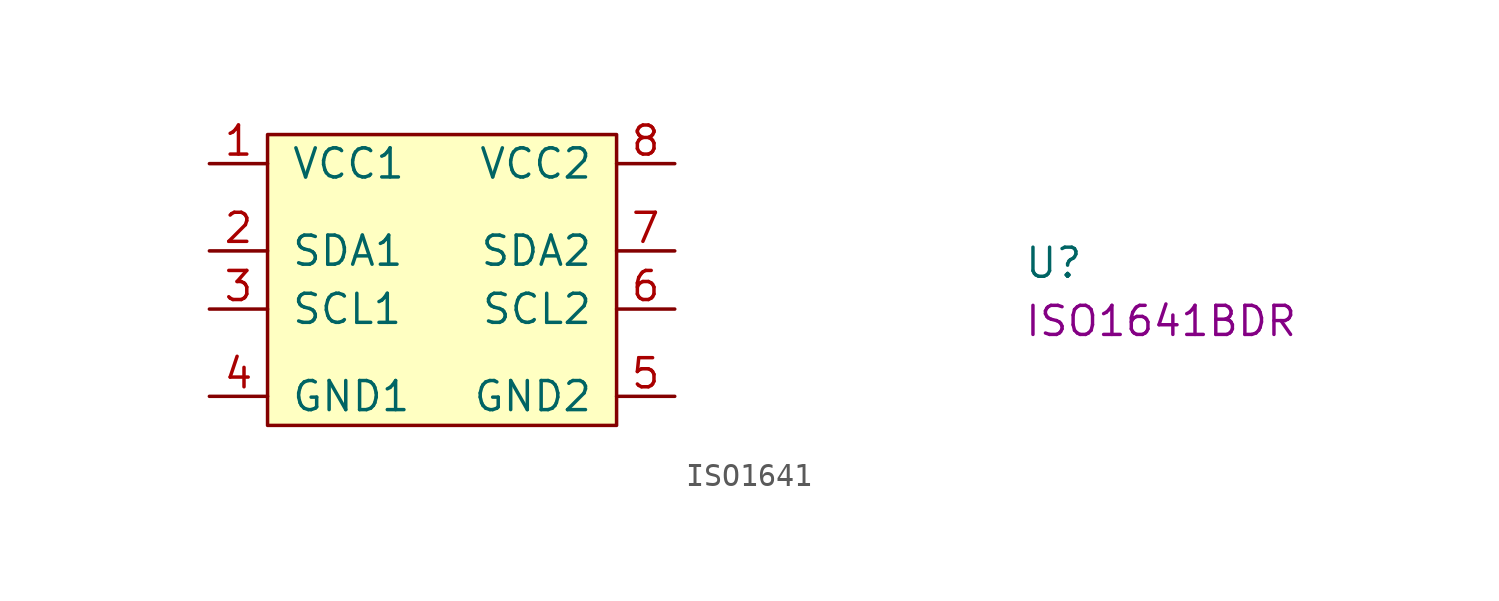
<source format=kicad_sym>
(kicad_symbol_lib
  (version 20220914)
  (generator kicad_symbol_editor)
  (symbol "ISO1641"
    (pin_names
      (offset 1.016))
    (property "Reference" "U"
      (at 35.56 -5.08 0)
      (effects (font (size 1.27 1.27) (thickness 0.15)) (justify left bottom)))
    (property "MPN" "ISO1641BDR"
      (at 35.56 -7.62 0)
      (effects (font (size 1.27 1.27) (thickness 0.15)) (justify left bottom)))
    (symbol "ISO1641_0_1"
      (rectangle (start 2.54 1.27) (end 17.78 -11.43) (stroke (width 0) (type default)) (fill (type background))))
    (symbol "ISO1641_1_1"
      (pin power_in line (at 0 0 0) (length 2.54) (name "VCC1" (effects (font (size 1.27 1.27)))) (number "1" (effects (font (size 1.27 1.27)))))
      (pin bidirectional line (at 0 -3.81 0) (length 2.54) (name "SDA1" (effects (font (size 1.27 1.27)))) (number "2" (effects (font (size 1.27 1.27)))))
      (pin bidirectional line (at 0 -6.35 0) (length 2.54) (name "SCL1" (effects (font (size 1.27 1.27)))) (number "3" (effects (font (size 1.27 1.27)))))
      (pin power_in line (at 0 -10.16 0) (length 2.54) (name "GND1" (effects (font (size 1.27 1.27)))) (number "4" (effects (font (size 1.27 1.27)))))
      (pin power_in line (at 20.32 -10.16 180) (length 2.54) (name "GND2" (effects (font (size 1.27 1.27)))) (number "5" (effects (font (size 1.27 1.27)))))
      (pin bidirectional line (at 20.32 -6.35 180) (length 2.54) (name "SCL2" (effects (font (size 1.27 1.27)))) (number "6" (effects (font (size 1.27 1.27)))))
      (pin bidirectional line (at 20.32 -3.81 180) (length 2.54) (name "SDA2" (effects (font (size 1.27 1.27)))) (number "7" (effects (font (size 1.27 1.27)))))
      (pin power_in line (at 20.32 0 180) (length 2.54) (name "VCC2" (effects (font (size 1.27 1.27)))) (number "8" (effects (font (size 1.27 1.27))))))))
</source>
